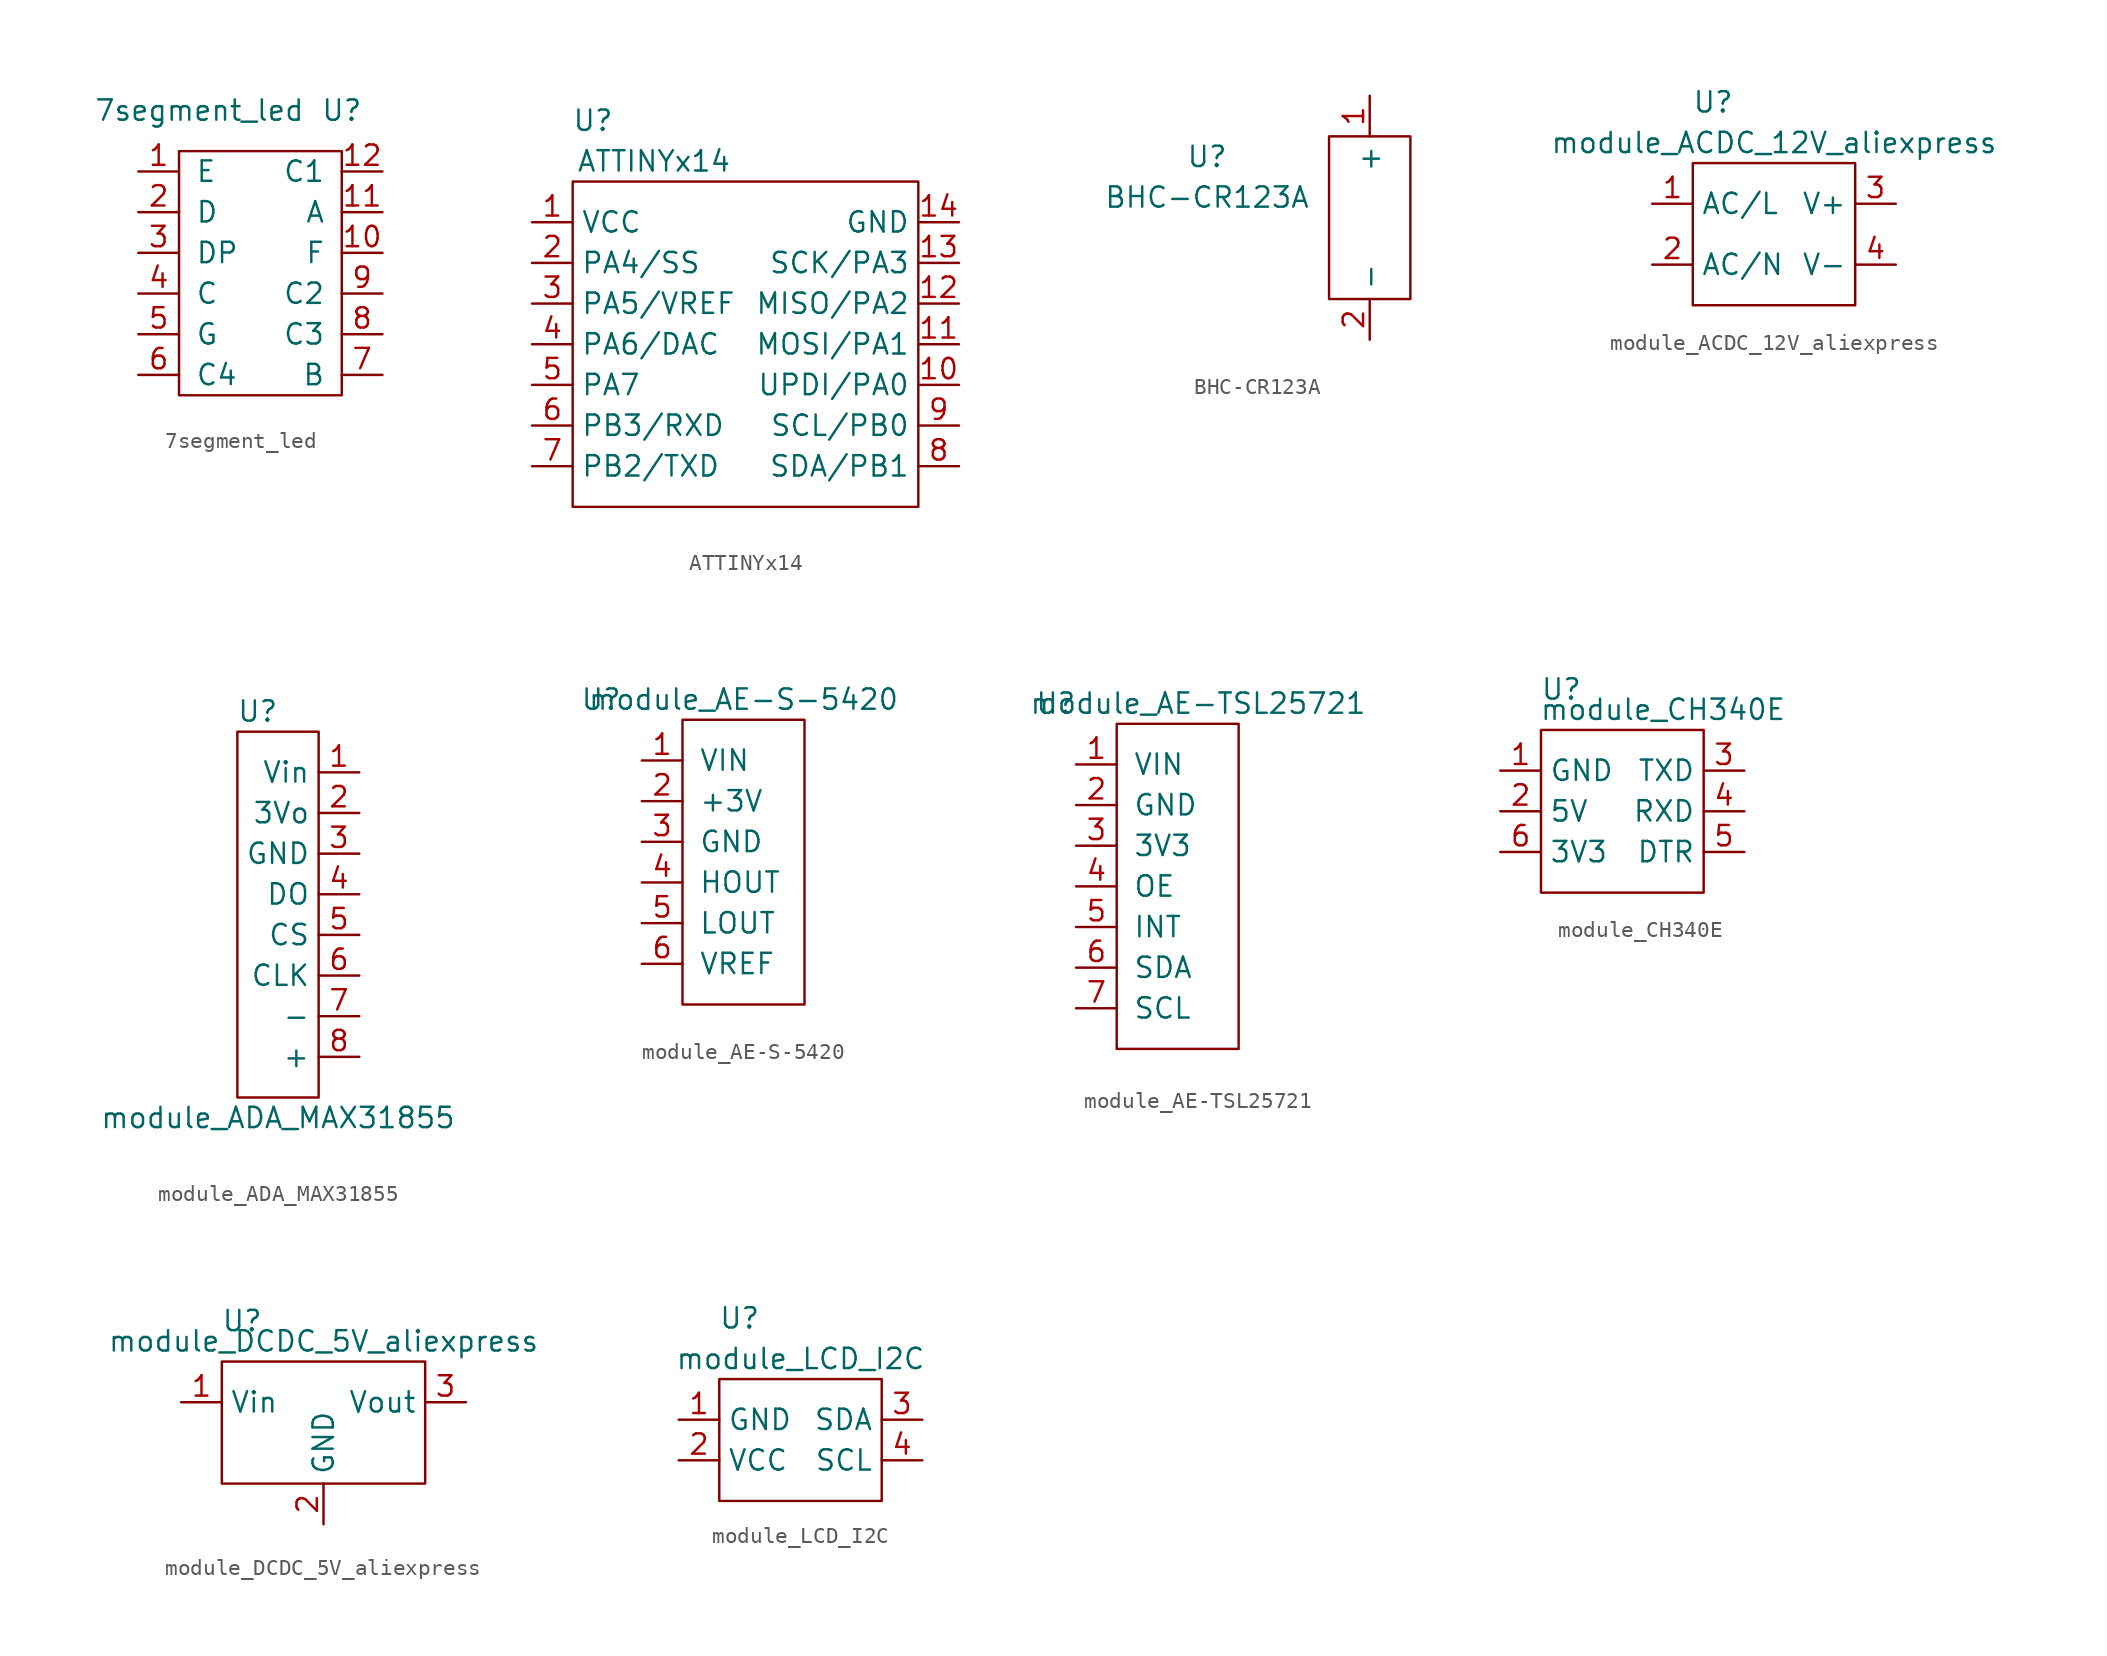
<source format=kicad_sym>
(kicad_symbol_lib
  (version 20220914)
  (generator kicad_symbol_editor)
  (symbol "7segment_led"
    (pin_names
      (offset 1.016))
    (property "Reference" "U"
      (at 10.16 2.54 0)
      (effects (font (size 1.27 1.27))))
    (property "Value" "7segment_led"
      (at 1.27 2.54 0)
      (effects (font (size 1.27 1.27))))
    (symbol "7segment_led_0_1"
      (rectangle (start 0 0) (end 10.16 -15.24) (stroke (width 0) (type default)) (fill (type none))))
    (symbol "7segment_led_1_1"
      (pin passive line (at -2.54 -1.27 0) (length 2.54) (name "E" (effects (font (size 1.27 1.27)))) (number "1" (effects (font (size 1.27 1.27)))))
      (pin passive line (at 12.7 -6.35 180) (length 2.54) (name "F" (effects (font (size 1.27 1.27)))) (number "10" (effects (font (size 1.27 1.27)))))
      (pin passive line (at 12.7 -3.81 180) (length 2.54) (name "A" (effects (font (size 1.27 1.27)))) (number "11" (effects (font (size 1.27 1.27)))))
      (pin passive line (at 12.7 -1.27 180) (length 2.54) (name "C1" (effects (font (size 1.27 1.27)))) (number "12" (effects (font (size 1.27 1.27)))))
      (pin passive line (at -2.54 -3.81 0) (length 2.54) (name "D" (effects (font (size 1.27 1.27)))) (number "2" (effects (font (size 1.27 1.27)))))
      (pin passive line (at -2.54 -6.35 0) (length 2.54) (name "DP" (effects (font (size 1.27 1.27)))) (number "3" (effects (font (size 1.27 1.27)))))
      (pin passive line (at -2.54 -8.89 0) (length 2.54) (name "C" (effects (font (size 1.27 1.27)))) (number "4" (effects (font (size 1.27 1.27)))))
      (pin passive line (at -2.54 -11.43 0) (length 2.54) (name "G" (effects (font (size 1.27 1.27)))) (number "5" (effects (font (size 1.27 1.27)))))
      (pin passive line (at -2.54 -13.97 0) (length 2.54) (name "C4" (effects (font (size 1.27 1.27)))) (number "6" (effects (font (size 1.27 1.27)))))
      (pin passive line (at 12.7 -13.97 180) (length 2.54) (name "B" (effects (font (size 1.27 1.27)))) (number "7" (effects (font (size 1.27 1.27)))))
      (pin passive line (at 12.7 -11.43 180) (length 2.54) (name "C3" (effects (font (size 1.27 1.27)))) (number "8" (effects (font (size 1.27 1.27)))))
      (pin passive line (at 12.7 -8.89 180) (length 2.54) (name "C2" (effects (font (size 1.27 1.27)))) (number "9" (effects (font (size 1.27 1.27)))))))
  (symbol "ATTINYx14"
    (property "Reference" "U"
      (at 1.27 24.13 0)
      (effects (font (size 1.27 1.27))))
    (property "Value" "ATTINYx14"
      (at 5.08 21.59 0)
      (effects (font (size 1.27 1.27))))
    (symbol "ATTINYx14_0_1"
      (rectangle (start 0 20.32) (end 21.59 0) (stroke (width 0) (type default)) (fill (type none))))
    (symbol "ATTINYx14_1_1"
      (pin power_in line (at -2.54 17.78 0) (length 2.54) (name "VCC" (effects (font (size 1.27 1.27)))) (number "1" (effects (font (size 1.27 1.27)))))
      (pin bidirectional line (at 24.13 7.62 180) (length 2.54) (name "UPDI/PA0" (effects (font (size 1.27 1.27)))) (number "10" (effects (font (size 1.27 1.27)))))
      (pin bidirectional line (at 24.13 10.16 180) (length 2.54) (name "MOSI/PA1" (effects (font (size 1.27 1.27)))) (number "11" (effects (font (size 1.27 1.27)))))
      (pin bidirectional line (at 24.13 12.7 180) (length 2.54) (name "MISO/PA2" (effects (font (size 1.27 1.27)))) (number "12" (effects (font (size 1.27 1.27)))))
      (pin bidirectional line (at 24.13 15.24 180) (length 2.54) (name "SCK/PA3" (effects (font (size 1.27 1.27)))) (number "13" (effects (font (size 1.27 1.27)))))
      (pin power_in line (at 24.13 17.78 180) (length 2.54) (name "GND" (effects (font (size 1.27 1.27)))) (number "14" (effects (font (size 1.27 1.27)))))
      (pin bidirectional line (at -2.54 15.24 0) (length 2.54) (name "PA4/SS" (effects (font (size 1.27 1.27)))) (number "2" (effects (font (size 1.27 1.27)))))
      (pin bidirectional line (at -2.54 12.7 0) (length 2.54) (name "PA5/VREF" (effects (font (size 1.27 1.27)))) (number "3" (effects (font (size 1.27 1.27)))))
      (pin bidirectional line (at -2.54 10.16 0) (length 2.54) (name "PA6/DAC" (effects (font (size 1.27 1.27)))) (number "4" (effects (font (size 1.27 1.27)))))
      (pin bidirectional line (at -2.54 7.62 0) (length 2.54) (name "PA7" (effects (font (size 1.27 1.27)))) (number "5" (effects (font (size 1.27 1.27)))))
      (pin bidirectional line (at -2.54 5.08 0) (length 2.54) (name "PB3/RXD" (effects (font (size 1.27 1.27)))) (number "6" (effects (font (size 1.27 1.27)))))
      (pin bidirectional line (at -2.54 2.54 0) (length 2.54) (name "PB2/TXD" (effects (font (size 1.27 1.27)))) (number "7" (effects (font (size 1.27 1.27)))))
      (pin bidirectional line (at 24.13 2.54 180) (length 2.54) (name "SDA/PB1" (effects (font (size 1.27 1.27)))) (number "8" (effects (font (size 1.27 1.27)))))
      (pin bidirectional line (at 24.13 5.08 180) (length 2.54) (name "SCL/PB0" (effects (font (size 1.27 1.27)))) (number "9" (effects (font (size 1.27 1.27)))))))
  (symbol "BHC-CR123A"
    (property "Reference" "U"
      (at -7.62 13.97 0)
      (effects (font (size 1.27 1.27))))
    (property "Value" "BHC-CR123A"
      (at -7.62 11.43 0)
      (effects (font (size 1.27 1.27))))
    (symbol "BHC-CR123A_0_1"
      (rectangle (start 0 15.24) (end 5.08 5.08) (stroke (width 0) (type default)) (fill (type none))))
    (symbol "BHC-CR123A_1_1"
      (pin passive line (at 2.54 17.78 270) (length 2.54) (name "+" (effects (font (size 1.27 1.27)))) (number "1" (effects (font (size 1.27 1.27)))))
      (pin passive line (at 2.54 2.54 90) (length 2.54) (name "-" (effects (font (size 1.27 1.27)))) (number "2" (effects (font (size 1.27 1.27)))))))
  (symbol "module_ACDC_12V_aliexpress"
    (property "Reference" "U"
      (at 1.27 12.7 0)
      (effects (font (size 1.27 1.27))))
    (property "Value" "module_ACDC_12V_aliexpress"
      (at 5.08 10.16 0)
      (effects (font (size 1.27 1.27))))
    (symbol "module_ACDC_12V_aliexpress_0_1"
      (rectangle (start 0 8.89) (end 10.16 0) (stroke (width 0) (type default)) (fill (type none))))
    (symbol "module_ACDC_12V_aliexpress_1_1"
      (pin power_in line (at -2.54 6.35 0) (length 2.54) (name "AC/L" (effects (font (size 1.27 1.27)))) (number "1" (effects (font (size 1.27 1.27)))))
      (pin power_in line (at -2.54 2.54 0) (length 2.54) (name "AC/N" (effects (font (size 1.27 1.27)))) (number "2" (effects (font (size 1.27 1.27)))))
      (pin power_out line (at 12.7 6.35 180) (length 2.54) (name "V+" (effects (font (size 1.27 1.27)))) (number "3" (effects (font (size 1.27 1.27)))))
      (pin power_out line (at 12.7 2.54 180) (length 2.54) (name "V-" (effects (font (size 1.27 1.27)))) (number "4" (effects (font (size 1.27 1.27)))))))
  (symbol "module_ADA_MAX31855"
    (property "Reference" "U"
      (at 1.27 24.13 0)
      (effects (font (size 1.27 1.27))))
    (property "Value" "module_ADA_MAX31855"
      (at 2.54 -1.27 0)
      (effects (font (size 1.27 1.27))))
    (symbol "module_ADA_MAX31855_0_1"
      (rectangle (start 0 22.86) (end 5.08 0) (stroke (width 0) (type default)) (fill (type none))))
    (symbol "module_ADA_MAX31855_1_1"
      (pin power_in line (at 7.62 20.32 180) (length 2.54) (name "Vin" (effects (font (size 1.27 1.27)))) (number "1" (effects (font (size 1.27 1.27)))))
      (pin power_in line (at 7.62 17.78 180) (length 2.54) (name "3Vo" (effects (font (size 1.27 1.27)))) (number "2" (effects (font (size 1.27 1.27)))))
      (pin power_in line (at 7.62 15.24 180) (length 2.54) (name "GND" (effects (font (size 1.27 1.27)))) (number "3" (effects (font (size 1.27 1.27)))))
      (pin input line (at 7.62 12.7 180) (length 2.54) (name "DO" (effects (font (size 1.27 1.27)))) (number "4" (effects (font (size 1.27 1.27)))))
      (pin input line (at 7.62 10.16 180) (length 2.54) (name "CS" (effects (font (size 1.27 1.27)))) (number "5" (effects (font (size 1.27 1.27)))))
      (pin input line (at 7.62 7.62 180) (length 2.54) (name "CLK" (effects (font (size 1.27 1.27)))) (number "6" (effects (font (size 1.27 1.27)))))
      (pin input line (at 7.62 5.08 180) (length 2.54) (name "-" (effects (font (size 1.27 1.27)))) (number "7" (effects (font (size 1.27 1.27)))))
      (pin input line (at 7.62 2.54 180) (length 2.54) (name "+" (effects (font (size 1.27 1.27)))) (number "8" (effects (font (size 1.27 1.27)))))))
  (symbol "module_AE-S-5420"
    (pin_names
      (offset 1.016))
    (property "Reference" "U"
      (at -2.54 19.05 0)
      (effects (font (size 1.27 1.27))))
    (property "Value" "module_AE-S-5420"
      (at 6.35 19.05 0)
      (effects (font (size 1.27 1.27))))
    (symbol "module_AE-S-5420_0_1"
      (rectangle (start 2.54 17.78) (end 10.16 0) (stroke (width 0) (type default)) (fill (type none))))
    (symbol "module_AE-S-5420_1_1"
      (pin power_in line (at 0 15.24 0) (length 2.54) (name "VIN" (effects (font (size 1.27 1.27)))) (number "1" (effects (font (size 1.27 1.27)))))
      (pin power_in line (at 0 12.7 0) (length 2.54) (name "+3V" (effects (font (size 1.27 1.27)))) (number "2" (effects (font (size 1.27 1.27)))))
      (pin power_in line (at 0 10.16 0) (length 2.54) (name "GND" (effects (font (size 1.27 1.27)))) (number "3" (effects (font (size 1.27 1.27)))))
      (pin output line (at 0 7.62 0) (length 2.54) (name "HOUT" (effects (font (size 1.27 1.27)))) (number "4" (effects (font (size 1.27 1.27)))))
      (pin output line (at 0 5.08 0) (length 2.54) (name "LOUT" (effects (font (size 1.27 1.27)))) (number "5" (effects (font (size 1.27 1.27)))))
      (pin output line (at 0 2.54 0) (length 2.54) (name "VREF" (effects (font (size 1.27 1.27)))) (number "6" (effects (font (size 1.27 1.27)))))))
  (symbol "module_AE-TSL25721"
    (pin_names
      (offset 1.016))
    (property "Reference" "U"
      (at -1.27 21.59 0)
      (effects (font (size 1.27 1.27))))
    (property "Value" "module_AE-TSL25721"
      (at 7.62 21.59 0)
      (effects (font (size 1.27 1.27))))
    (symbol "module_AE-TSL25721_0_1"
      (rectangle (start 2.54 20.32) (end 10.16 0) (stroke (width 0) (type default)) (fill (type none))))
    (symbol "module_AE-TSL25721_1_1"
      (pin power_in line (at 0 17.78 0) (length 2.54) (name "VIN" (effects (font (size 1.27 1.27)))) (number "1" (effects (font (size 1.27 1.27)))))
      (pin power_in line (at 0 15.24 0) (length 2.54) (name "GND" (effects (font (size 1.27 1.27)))) (number "2" (effects (font (size 1.27 1.27)))))
      (pin power_in line (at 0 12.7 0) (length 2.54) (name "3V3" (effects (font (size 1.27 1.27)))) (number "3" (effects (font (size 1.27 1.27)))))
      (pin output line (at 0 10.16 0) (length 2.54) (name "OE" (effects (font (size 1.27 1.27)))) (number "4" (effects (font (size 1.27 1.27)))))
      (pin output line (at 0 7.62 0) (length 2.54) (name "INT" (effects (font (size 1.27 1.27)))) (number "5" (effects (font (size 1.27 1.27)))))
      (pin output line (at 0 5.08 0) (length 2.54) (name "SDA" (effects (font (size 1.27 1.27)))) (number "6" (effects (font (size 1.27 1.27)))))
      (pin output line (at 0 2.54 0) (length 2.54) (name "SCL" (effects (font (size 1.27 1.27)))) (number "7" (effects (font (size 1.27 1.27)))))))
  (symbol "module_CH340E"
    (property "Reference" "U"
      (at 1.27 12.7 0)
      (effects (font (size 1.27 1.27))))
    (property "Value" "module_CH340E"
      (at 7.62 11.43 0)
      (effects (font (size 1.27 1.27))))
    (symbol "module_CH340E_0_0"
      (text "" (at 1.27 10.16 0) (effects (font (size 1.27 1.27))))
      (text "" (at 1.27 12.7 0) (effects (font (size 1.27 1.27))))
      (text "" (at 7.62 12.7 0) (effects (font (size 1.27 1.27)))))
    (symbol "module_CH340E_0_1"
      (rectangle (start 0 10.16) (end 10.16 0) (stroke (width 0) (type default)) (fill (type none))))
    (symbol "module_CH340E_1_1"
      (pin power_in line (at -2.54 7.62 0) (length 2.54) (name "GND" (effects (font (size 1.27 1.27)))) (number "1" (effects (font (size 1.27 1.27)))))
      (pin power_out line (at -2.54 5.08 0) (length 2.54) (name "5V" (effects (font (size 1.27 1.27)))) (number "2" (effects (font (size 1.27 1.27)))))
      (pin output line (at 12.7 7.62 180) (length 2.54) (name "TXD" (effects (font (size 1.27 1.27)))) (number "3" (effects (font (size 1.27 1.27)))))
      (pin output line (at 12.7 5.08 180) (length 2.54) (name "RXD" (effects (font (size 1.27 1.27)))) (number "4" (effects (font (size 1.27 1.27)))))
      (pin output line (at 12.7 2.54 180) (length 2.54) (name "DTR" (effects (font (size 1.27 1.27)))) (number "5" (effects (font (size 1.27 1.27)))))
      (pin power_out line (at -2.54 2.54 0) (length 2.54) (name "3V3" (effects (font (size 1.27 1.27)))) (number "6" (effects (font (size 1.27 1.27)))))))
  (symbol "module_DCDC_5V_aliexpress"
    (property "Reference" "U"
      (at 1.27 12.7 0)
      (effects (font (size 1.27 1.27))))
    (property "Value" "module_DCDC_5V_aliexpress"
      (at 6.35 11.43 0)
      (effects (font (size 1.27 1.27))))
    (symbol "module_DCDC_5V_aliexpress_0_1"
      (rectangle (start 0 10.16) (end 12.7 2.54) (stroke (width 0) (type default)) (fill (type none))))
    (symbol "module_DCDC_5V_aliexpress_1_1"
      (pin power_in line (at -2.54 7.62 0) (length 2.54) (name "Vin" (effects (font (size 1.27 1.27)))) (number "1" (effects (font (size 1.27 1.27)))))
      (pin power_in line (at 6.35 0 90) (length 2.54) (name "GND" (effects (font (size 1.27 1.27)))) (number "2" (effects (font (size 1.27 1.27)))))
      (pin power_in line (at 15.24 7.62 180) (length 2.54) (name "Vout" (effects (font (size 1.27 1.27)))) (number "3" (effects (font (size 1.27 1.27)))))))
  (symbol "module_LCD_I2C"
    (property "Reference" "U"
      (at 1.27 11.43 0)
      (effects (font (size 1.27 1.27))))
    (property "Value" "module_LCD_I2C"
      (at 5.08 8.89 0)
      (effects (font (size 1.27 1.27))))
    (symbol "module_LCD_I2C_0_1"
      (rectangle (start 0 7.62) (end 10.16 0) (stroke (width 0) (type default)) (fill (type none))))
    (symbol "module_LCD_I2C_1_1"
      (pin power_in line (at -2.54 5.08 0) (length 2.54) (name "GND" (effects (font (size 1.27 1.27)))) (number "1" (effects (font (size 1.27 1.27)))))
      (pin power_in line (at -2.54 2.54 0) (length 2.54) (name "VCC" (effects (font (size 1.27 1.27)))) (number "2" (effects (font (size 1.27 1.27)))))
      (pin passive line (at 12.7 5.08 180) (length 2.54) (name "SDA" (effects (font (size 1.27 1.27)))) (number "3" (effects (font (size 1.27 1.27)))))
      (pin passive line (at 12.7 2.54 180) (length 2.54) (name "SCL" (effects (font (size 1.27 1.27)))) (number "4" (effects (font (size 1.27 1.27))))))))
</source>
